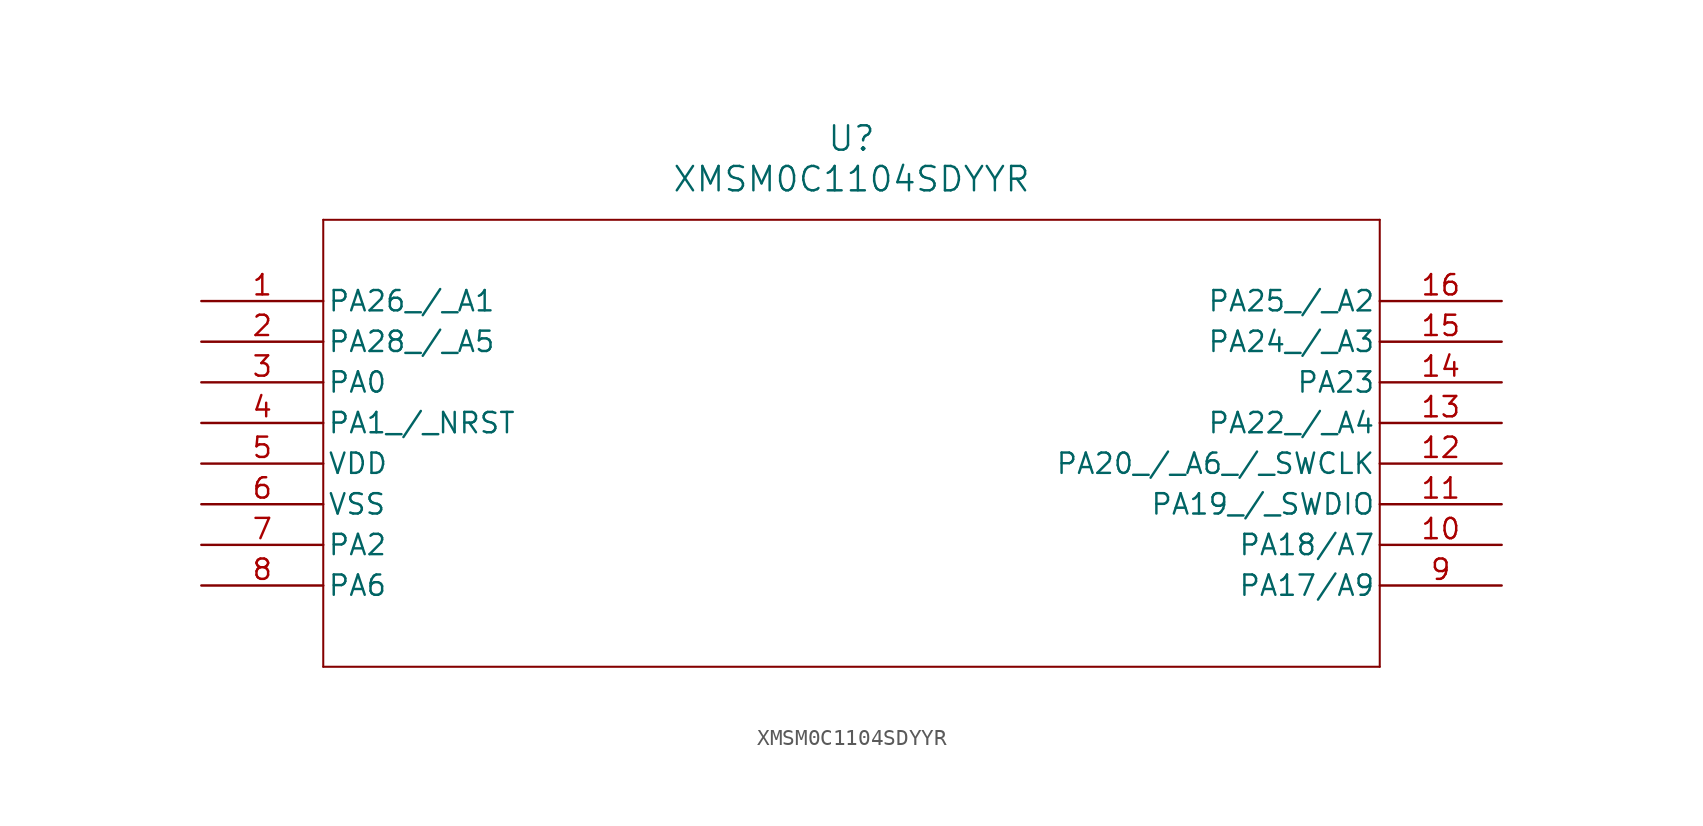
<source format=kicad_sym>
(kicad_symbol_lib
  (version 20211014)
  (generator kicad_symbol_editor)
  (symbol "XMSM0C1104SDYYR"
    (pin_names
      (offset 0.254))
    (property "Reference" "U"
      (at 40.64 10.16 0)
      (effects (font (size 1.524 1.524))))
    (property "Value" "XMSM0C1104SDYYR"
      (at 40.64 7.62 0)
      (effects (font (size 1.524 1.524))))
    (symbol "XMSM0C1104SDYYR_0_1"
      (polyline (pts (xy 7.62 5.08) (xy 7.62 -22.86)) (stroke (width 0.127) (type default) (color 0 0 0 0)) (fill (type none)))
      (polyline (pts (xy 7.62 -22.86) (xy 73.66 -22.86)) (stroke (width 0.127) (type default) (color 0 0 0 0)) (fill (type none)))
      (polyline (pts (xy 73.66 -22.86) (xy 73.66 5.08)) (stroke (width 0.127) (type default) (color 0 0 0 0)) (fill (type none)))
      (polyline (pts (xy 73.66 5.08) (xy 7.62 5.08)) (stroke (width 0.127) (type default) (color 0 0 0 0)) (fill (type none)))
      (pin bidirectional line (at 0 0 0) (length 7.62) (name "PA26 / A1" (effects (font (size 1.27 1.27)))) (number "1" (effects (font (size 1.27 1.27)))))
      (pin bidirectional line (at 0 -2.54 0) (length 7.62) (name "PA28 / A5" (effects (font (size 1.27 1.27)))) (number "2" (effects (font (size 1.27 1.27)))))
      (pin bidirectional line (at 0 -5.08 0) (length 7.62) (name "PA0" (effects (font (size 1.27 1.27)))) (number "3" (effects (font (size 1.27 1.27)))))
      (pin bidirectional line (at 0 -7.62 0) (length 7.62) (name "PA1 / NRST" (effects (font (size 1.27 1.27)))) (number "4" (effects (font (size 1.27 1.27)))))
      (pin power_in line (at 0 -10.16 0) (length 7.62) (name "VDD" (effects (font (size 1.27 1.27)))) (number "5" (effects (font (size 1.27 1.27)))))
      (pin power_out line (at 0 -12.7 0) (length 7.62) (name "VSS" (effects (font (size 1.27 1.27)))) (number "6" (effects (font (size 1.27 1.27)))))
      (pin bidirectional line (at 0 -15.24 0) (length 7.62) (name "PA2" (effects (font (size 1.27 1.27)))) (number "7" (effects (font (size 1.27 1.27)))))
      (pin bidirectional line (at 0 -17.78 0) (length 7.62) (name "PA6" (effects (font (size 1.27 1.27)))) (number "8" (effects (font (size 1.27 1.27)))))
      (pin bidirectional line (at 81.28 -17.78 180) (length 7.62) (name "PA17/A9" (effects (font (size 1.27 1.27)))) (number "9" (effects (font (size 1.27 1.27)))))
      (pin bidirectional line (at 81.28 -15.24 180) (length 7.62) (name "PA18/A7" (effects (font (size 1.27 1.27)))) (number "10" (effects (font (size 1.27 1.27)))))
      (pin bidirectional line (at 81.28 -12.7 180) (length 7.62) (name "PA19 / SWDIO" (effects (font (size 1.27 1.27)))) (number "11" (effects (font (size 1.27 1.27)))))
      (pin bidirectional line (at 81.28 -10.16 180) (length 7.62) (name "PA20 / A6 / SWCLK" (effects (font (size 1.27 1.27)))) (number "12" (effects (font (size 1.27 1.27)))))
      (pin bidirectional line (at 81.28 -7.62 180) (length 7.62) (name "PA22 / A4" (effects (font (size 1.27 1.27)))) (number "13" (effects (font (size 1.27 1.27)))))
      (pin bidirectional line (at 81.28 -5.08 180) (length 7.62) (name "PA23" (effects (font (size 1.27 1.27)))) (number "14" (effects (font (size 1.27 1.27)))))
      (pin bidirectional line (at 81.28 -2.54 180) (length 7.62) (name "PA24 / A3" (effects (font (size 1.27 1.27)))) (number "15" (effects (font (size 1.27 1.27)))))
      (pin bidirectional line (at 81.28 0 180) (length 7.62) (name "PA25 / A2" (effects (font (size 1.27 1.27)))) (number "16" (effects (font (size 1.27 1.27))))))))
</source>
